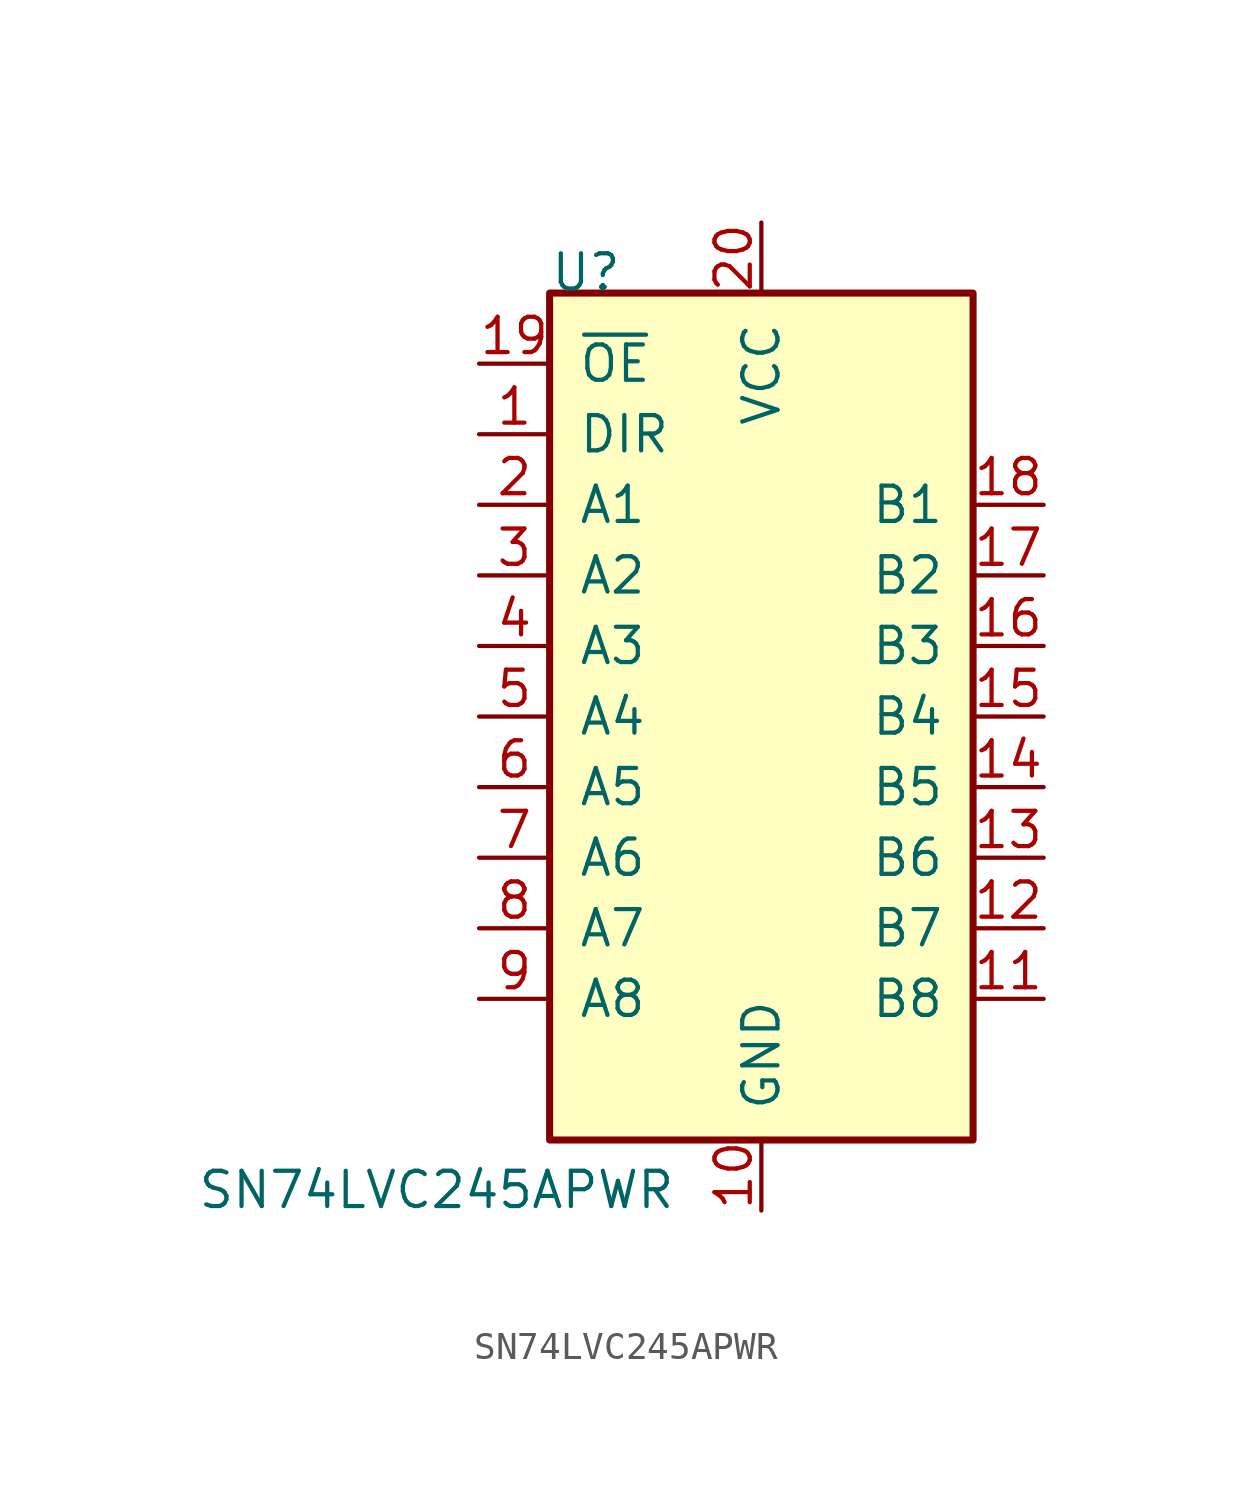
<source format=kicad_sym>
(kicad_symbol_lib
  (version 20211014)
  (generator kicad_symbol_editor)
  (symbol "SN74LVC245APWR"
    (pin_names
      (offset 1.016))
    (property "Reference" "U"
      (at -7.62 15.24 0)
      (effects (font (size 1.27 1.27)) (justify left bottom)))
    (property "Value" "SN74LVC245APWR"
      (at -20.32 -17.78 0)
      (effects (font (size 1.27 1.27)) (justify left bottom)))
    (symbol "SN74LVC245APWR_0_1"
      (rectangle (start -7.62 15.24) (end 7.62 -15.24) (stroke (width 0.254) (type default) (color 0 0 0 0)) (fill (type background))))
    (symbol "SN74LVC245APWR_1_1"
      (pin input line (at -10.16 10.16 0) (length 2.54) (name "DIR" (effects (font (size 1.27 1.27)))) (number "1" (effects (font (size 1.27 1.27)))))
      (pin power_in line (at 0 -17.78 90) (length 2.54) (name "GND" (effects (font (size 1.27 1.27)))) (number "10" (effects (font (size 1.27 1.27)))))
      (pin bidirectional line (at 10.16 -10.16 180) (length 2.54) (name "B8" (effects (font (size 1.27 1.27)))) (number "11" (effects (font (size 1.27 1.27)))))
      (pin bidirectional line (at 10.16 -7.62 180) (length 2.54) (name "B7" (effects (font (size 1.27 1.27)))) (number "12" (effects (font (size 1.27 1.27)))))
      (pin bidirectional line (at 10.16 -5.08 180) (length 2.54) (name "B6" (effects (font (size 1.27 1.27)))) (number "13" (effects (font (size 1.27 1.27)))))
      (pin bidirectional line (at 10.16 -2.54 180) (length 2.54) (name "B5" (effects (font (size 1.27 1.27)))) (number "14" (effects (font (size 1.27 1.27)))))
      (pin bidirectional line (at 10.16 0 180) (length 2.54) (name "B4" (effects (font (size 1.27 1.27)))) (number "15" (effects (font (size 1.27 1.27)))))
      (pin bidirectional line (at 10.16 2.54 180) (length 2.54) (name "B3" (effects (font (size 1.27 1.27)))) (number "16" (effects (font (size 1.27 1.27)))))
      (pin bidirectional line (at 10.16 5.08 180) (length 2.54) (name "B2" (effects (font (size 1.27 1.27)))) (number "17" (effects (font (size 1.27 1.27)))))
      (pin bidirectional line (at 10.16 7.62 180) (length 2.54) (name "B1" (effects (font (size 1.27 1.27)))) (number "18" (effects (font (size 1.27 1.27)))))
      (pin input line (at -10.16 12.7 0) (length 2.54) (name "~{OE}" (effects (font (size 1.27 1.27)))) (number "19" (effects (font (size 1.27 1.27)))))
      (pin bidirectional line (at -10.16 7.62 0) (length 2.54) (name "A1" (effects (font (size 1.27 1.27)))) (number "2" (effects (font (size 1.27 1.27)))))
      (pin power_in line (at 0 17.78 270) (length 2.54) (name "VCC" (effects (font (size 1.27 1.27)))) (number "20" (effects (font (size 1.27 1.27)))))
      (pin bidirectional line (at -10.16 5.08 0) (length 2.54) (name "A2" (effects (font (size 1.27 1.27)))) (number "3" (effects (font (size 1.27 1.27)))))
      (pin bidirectional line (at -10.16 2.54 0) (length 2.54) (name "A3" (effects (font (size 1.27 1.27)))) (number "4" (effects (font (size 1.27 1.27)))))
      (pin bidirectional line (at -10.16 0 0) (length 2.54) (name "A4" (effects (font (size 1.27 1.27)))) (number "5" (effects (font (size 1.27 1.27)))))
      (pin bidirectional line (at -10.16 -2.54 0) (length 2.54) (name "A5" (effects (font (size 1.27 1.27)))) (number "6" (effects (font (size 1.27 1.27)))))
      (pin bidirectional line (at -10.16 -5.08 0) (length 2.54) (name "A6" (effects (font (size 1.27 1.27)))) (number "7" (effects (font (size 1.27 1.27)))))
      (pin bidirectional line (at -10.16 -7.62 0) (length 2.54) (name "A7" (effects (font (size 1.27 1.27)))) (number "8" (effects (font (size 1.27 1.27)))))
      (pin bidirectional line (at -10.16 -10.16 0) (length 2.54) (name "A8" (effects (font (size 1.27 1.27)))) (number "9" (effects (font (size 1.27 1.27))))))))
</source>
